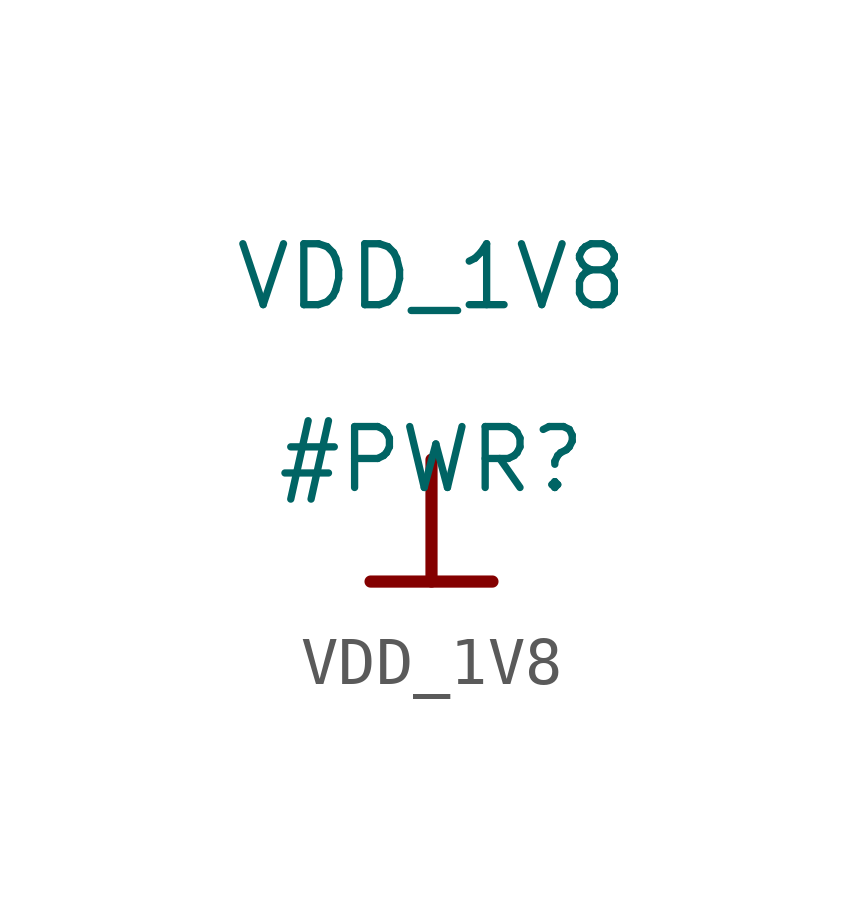
<source format=kicad_sym>
(kicad_symbol_lib
  (version 20220914)
  (generator kicad_symbol_editor)
  (symbol "VDD_1V8"
    (power)
    (property "Reference" "#PWR"
      (at 0 0 0)
      (effects (font (size 1.27 1.27))))
    (property "Value" "VDD_1V8"
      (at 0 3.81 0)
      (effects (font (size 1.27 1.27))))
    (symbol "VDD_1V8_0_0"
      (polyline (pts (xy -1.27 -2.54) (xy 1.27 -2.54)) (stroke (width 0.254) (type solid)) (fill (type none)))
      (polyline (pts (xy 0 0) (xy 0 -2.54)) (stroke (width 0.254) (type solid)) (fill (type none)))
      (pin power_in line (at 0 0 0) (length 0) hide (name "VDD_1V8" (effects (font (size 1.27 1.27)))) (number "" (effects (font (size 1.27 1.27))))))))
</source>
